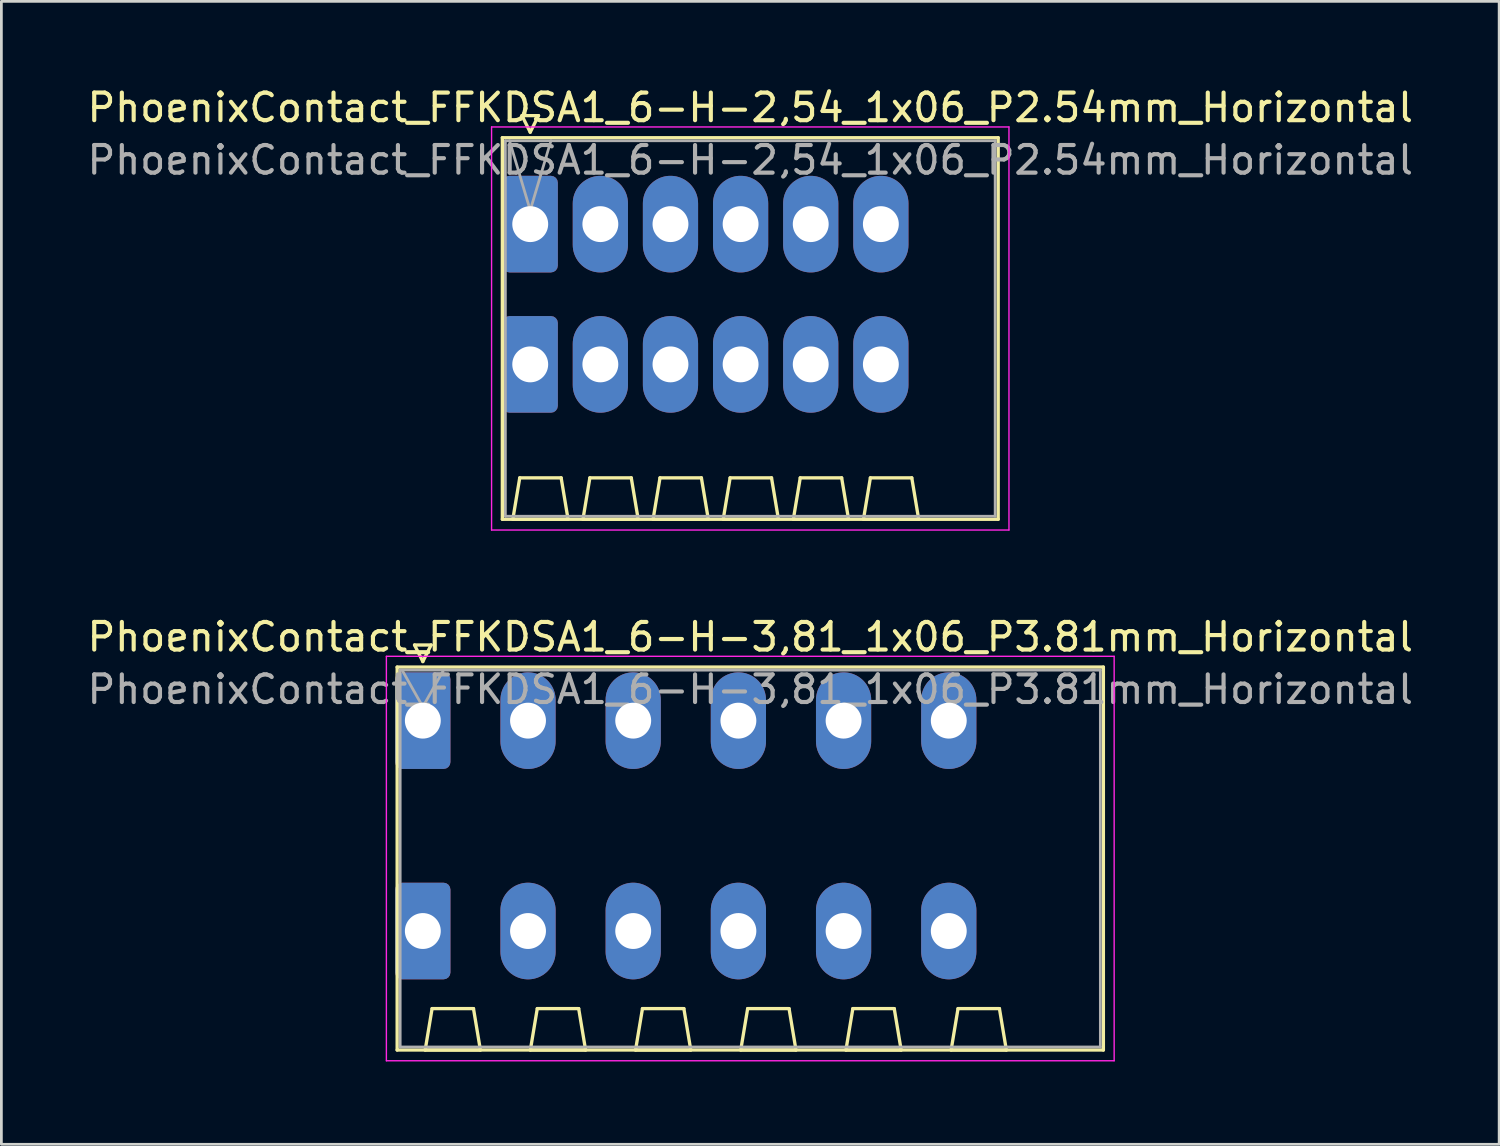
<source format=kicad_pcb>
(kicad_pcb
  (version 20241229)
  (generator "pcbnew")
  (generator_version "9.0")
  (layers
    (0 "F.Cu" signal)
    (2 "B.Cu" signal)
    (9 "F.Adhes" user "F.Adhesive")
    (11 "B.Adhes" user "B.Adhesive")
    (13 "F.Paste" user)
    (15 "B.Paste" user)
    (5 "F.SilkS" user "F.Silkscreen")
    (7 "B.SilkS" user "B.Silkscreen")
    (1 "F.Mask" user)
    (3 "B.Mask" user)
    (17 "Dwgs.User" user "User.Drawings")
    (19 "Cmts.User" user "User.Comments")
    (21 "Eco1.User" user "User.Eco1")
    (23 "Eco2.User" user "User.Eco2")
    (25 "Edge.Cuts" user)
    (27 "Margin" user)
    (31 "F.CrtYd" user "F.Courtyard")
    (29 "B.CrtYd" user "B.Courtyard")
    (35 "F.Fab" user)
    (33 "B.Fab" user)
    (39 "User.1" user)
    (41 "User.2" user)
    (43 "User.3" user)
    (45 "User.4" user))
  (footprint "PhoenixContact_FFKDSA1_6-H-2,54_1x06_P2.54mm_Horizontal"
    (layer "F.Cu")
    (at 16.155 5.068)
    (property "Reference" "PhoenixContact_FFKDSA1_6-H-2,54_1x06_P2.54mm_Horizontal" (at 7.97 -4.22 0) (layer "F.SilkS") (effects (font (size 1 1) (thickness 0.15))))
    (attr through_hole)
    (fp_line (start -1.01 -3.13) (end -1.01 10.69) (stroke (width 0.12) (type solid)) (layer "F.SilkS"))
    (fp_line (start -1.01 10.69) (end 16.95 10.69) (stroke (width 0.12) (type solid)) (layer "F.SilkS"))
    (fp_line (start -0.63 10.69) (end 1.37 10.69) (stroke (width 0.12) (type solid)) (layer "F.SilkS"))
    (fp_line (start -0.38 9.19) (end -0.63 10.69) (stroke (width 0.12) (type solid)) (layer "F.SilkS"))
    (fp_line (start -0.3 -3.93) (end 0.3 -3.93) (stroke (width 0.12) (type solid)) (layer "F.SilkS"))
    (fp_line (start 0 -3.33) (end -0.3 -3.93) (stroke (width 0.12) (type solid)) (layer "F.SilkS"))
    (fp_line (start 0.3 -3.93) (end 0 -3.33) (stroke (width 0.12) (type solid)) (layer "F.SilkS"))
    (fp_line (start 1.12 9.19) (end -0.38 9.19) (stroke (width 0.12) (type solid)) (layer "F.SilkS"))
    (fp_line (start 1.37 10.69) (end 1.12 9.19) (stroke (width 0.12) (type solid)) (layer "F.SilkS"))
    (fp_line (start 1.91 10.69) (end 3.91 10.69) (stroke (width 0.12) (type solid)) (layer "F.SilkS"))
    (fp_line (start 2.16 9.19) (end 1.91 10.69) (stroke (width 0.12) (type solid)) (layer "F.SilkS"))
    (fp_line (start 3.66 9.19) (end 2.16 9.19) (stroke (width 0.12) (type solid)) (layer "F.SilkS"))
    (fp_line (start 3.91 10.69) (end 3.66 9.19) (stroke (width 0.12) (type solid)) (layer "F.SilkS"))
    (fp_line (start 4.45 10.69) (end 6.45 10.69) (stroke (width 0.12) (type solid)) (layer "F.SilkS"))
    (fp_line (start 4.7 9.19) (end 4.45 10.69) (stroke (width 0.12) (type solid)) (layer "F.SilkS"))
    (fp_line (start 6.2 9.19) (end 4.7 9.19) (stroke (width 0.12) (type solid)) (layer "F.SilkS"))
    (fp_line (start 6.45 10.69) (end 6.2 9.19) (stroke (width 0.12) (type solid)) (layer "F.SilkS"))
    (fp_line (start 6.99 10.69) (end 8.99 10.69) (stroke (width 0.12) (type solid)) (layer "F.SilkS"))
    (fp_line (start 7.24 9.19) (end 6.99 10.69) (stroke (width 0.12) (type solid)) (layer "F.SilkS"))
    (fp_line (start 8.74 9.19) (end 7.24 9.19) (stroke (width 0.12) (type solid)) (layer "F.SilkS"))
    (fp_line (start 8.99 10.69) (end 8.74 9.19) (stroke (width 0.12) (type solid)) (layer "F.SilkS"))
    (fp_line (start 9.53 10.69) (end 11.53 10.69) (stroke (width 0.12) (type solid)) (layer "F.SilkS"))
    (fp_line (start 9.78 9.19) (end 9.53 10.69) (stroke (width 0.12) (type solid)) (layer "F.SilkS"))
    (fp_line (start 11.28 9.19) (end 9.78 9.19) (stroke (width 0.12) (type solid)) (layer "F.SilkS"))
    (fp_line (start 11.53 10.69) (end 11.28 9.19) (stroke (width 0.12) (type solid)) (layer "F.SilkS"))
    (fp_line (start 12.07 10.69) (end 14.07 10.69) (stroke (width 0.12) (type solid)) (layer "F.SilkS"))
    (fp_line (start 12.32 9.19) (end 12.07 10.69) (stroke (width 0.12) (type solid)) (layer "F.SilkS"))
    (fp_line (start 13.82 9.19) (end 12.32 9.19) (stroke (width 0.12) (type solid)) (layer "F.SilkS"))
    (fp_line (start 14.07 10.69) (end 13.82 9.19) (stroke (width 0.12) (type solid)) (layer "F.SilkS"))
    (fp_line (start 16.95 -3.13) (end -1.01 -3.13) (stroke (width 0.12) (type solid)) (layer "F.SilkS"))
    (fp_line (start 16.95 10.69) (end 16.95 -3.13) (stroke (width 0.12) (type solid)) (layer "F.SilkS"))
    (fp_line (start -1.4 -3.52) (end -1.4 11.08) (stroke (width 0.05) (type solid)) (layer "F.CrtYd"))
    (fp_line (start -1.4 11.08) (end 17.34 11.08) (stroke (width 0.05) (type solid)) (layer "F.CrtYd"))
    (fp_line (start 17.34 -3.52) (end -1.4 -3.52) (stroke (width 0.05) (type solid)) (layer "F.CrtYd"))
    (fp_line (start 17.34 11.08) (end 17.34 -3.52) (stroke (width 0.05) (type solid)) (layer "F.CrtYd"))
    (fp_line (start -0.9 -3.02) (end -0.9 10.58) (stroke (width 0.1) (type solid)) (layer "F.Fab"))
    (fp_line (start -0.9 10.58) (end 16.84 10.58) (stroke (width 0.1) (type solid)) (layer "F.Fab"))
    (fp_line (start 0 -0.5) (end -0.75 -3.02) (stroke (width 0.1) (type solid)) (layer "F.Fab"))
    (fp_line (start 0.75 -3.02) (end 0 -0.5) (stroke (width 0.1) (type solid)) (layer "F.Fab"))
    (fp_line (start 16.84 -3.02) (end -0.9 -3.02) (stroke (width 0.1) (type solid)) (layer "F.Fab"))
    (fp_line (start 16.84 10.58) (end 16.84 -3.02) (stroke (width 0.1) (type solid)) (layer "F.Fab"))
    (fp_text user "${REFERENCE}" (at 7.97 -2.32 0) (layer "F.Fab") (effects (font (size 1 1) (thickness 0.15))))
    (pad "1" thru_hole roundrect (at 0 0) (size 2 3.5) (drill 1.3) (layers "*.Cu" "*.Mask") (roundrect_rratio 0.125))
    (pad "1" thru_hole roundrect (at 0 5.08) (size 2 3.5) (drill 1.3) (layers "*.Cu" "*.Mask") (roundrect_rratio 0.125))
    (pad "2" thru_hole oval (at 2.54 0) (size 2 3.5) (drill 1.3) (layers "*.Cu" "*.Mask"))
    (pad "2" thru_hole oval (at 2.54 5.08) (size 2 3.5) (drill 1.3) (layers "*.Cu" "*.Mask"))
    (pad "3" thru_hole oval (at 5.08 0) (size 2 3.5) (drill 1.3) (layers "*.Cu" "*.Mask"))
    (pad "3" thru_hole oval (at 5.08 5.08) (size 2 3.5) (drill 1.3) (layers "*.Cu" "*.Mask"))
    (pad "4" thru_hole oval (at 7.62 0) (size 2 3.5) (drill 1.3) (layers "*.Cu" "*.Mask"))
    (pad "4" thru_hole oval (at 7.62 5.08) (size 2 3.5) (drill 1.3) (layers "*.Cu" "*.Mask"))
    (pad "5" thru_hole oval (at 10.16 0) (size 2 3.5) (drill 1.3) (layers "*.Cu" "*.Mask"))
    (pad "5" thru_hole oval (at 10.16 5.08) (size 2 3.5) (drill 1.3) (layers "*.Cu" "*.Mask"))
    (pad "6" thru_hole oval (at 12.7 0) (size 2 3.5) (drill 1.3) (layers "*.Cu" "*.Mask"))
    (pad "6" thru_hole oval (at 12.7 5.08) (size 2 3.5) (drill 1.3) (layers "*.Cu" "*.Mask")))
  (footprint "PhoenixContact_FFKDSA1_6-H-3,81_1x06_P3.81mm_Horizontal"
    (layer "F.Cu")
    (at 12.265 23.052)
    (property "Reference" "PhoenixContact_FFKDSA1_6-H-3,81_1x06_P3.81mm_Horizontal" (at 11.86 -3.03 0) (layer "F.SilkS") (effects (font (size 1 1) (thickness 0.15))))
    (attr through_hole)
    (fp_line (start -0.93 -1.94) (end -0.93 11.93) (stroke (width 0.12) (type solid)) (layer "F.SilkS"))
    (fp_line (start -0.93 11.93) (end 24.65 11.93) (stroke (width 0.12) (type solid)) (layer "F.SilkS"))
    (fp_line (start -0.3 -2.74) (end 0.3 -2.74) (stroke (width 0.12) (type solid)) (layer "F.SilkS"))
    (fp_line (start 0 -2.14) (end -0.3 -2.74) (stroke (width 0.12) (type solid)) (layer "F.SilkS"))
    (fp_line (start 0.085 11.93) (end 2.085 11.93) (stroke (width 0.12) (type solid)) (layer "F.SilkS"))
    (fp_line (start 0.3 -2.74) (end 0 -2.14) (stroke (width 0.12) (type solid)) (layer "F.SilkS"))
    (fp_line (start 0.335 10.43) (end 0.085 11.93) (stroke (width 0.12) (type solid)) (layer "F.SilkS"))
    (fp_line (start 1.835 10.43) (end 0.335 10.43) (stroke (width 0.12) (type solid)) (layer "F.SilkS"))
    (fp_line (start 2.085 11.93) (end 1.835 10.43) (stroke (width 0.12) (type solid)) (layer "F.SilkS"))
    (fp_line (start 3.895 11.93) (end 5.895 11.93) (stroke (width 0.12) (type solid)) (layer "F.SilkS"))
    (fp_line (start 4.145 10.43) (end 3.895 11.93) (stroke (width 0.12) (type solid)) (layer "F.SilkS"))
    (fp_line (start 5.645 10.43) (end 4.145 10.43) (stroke (width 0.12) (type solid)) (layer "F.SilkS"))
    (fp_line (start 5.895 11.93) (end 5.645 10.43) (stroke (width 0.12) (type solid)) (layer "F.SilkS"))
    (fp_line (start 7.705 11.93) (end 9.705 11.93) (stroke (width 0.12) (type solid)) (layer "F.SilkS"))
    (fp_line (start 7.955 10.43) (end 7.705 11.93) (stroke (width 0.12) (type solid)) (layer "F.SilkS"))
    (fp_line (start 9.455 10.43) (end 7.955 10.43) (stroke (width 0.12) (type solid)) (layer "F.SilkS"))
    (fp_line (start 9.705 11.93) (end 9.455 10.43) (stroke (width 0.12) (type solid)) (layer "F.SilkS"))
    (fp_line (start 11.515 11.93) (end 13.515 11.93) (stroke (width 0.12) (type solid)) (layer "F.SilkS"))
    (fp_line (start 11.765 10.43) (end 11.515 11.93) (stroke (width 0.12) (type solid)) (layer "F.SilkS"))
    (fp_line (start 13.265 10.43) (end 11.765 10.43) (stroke (width 0.12) (type solid)) (layer "F.SilkS"))
    (fp_line (start 13.515 11.93) (end 13.265 10.43) (stroke (width 0.12) (type solid)) (layer "F.SilkS"))
    (fp_line (start 15.325 11.93) (end 17.325 11.93) (stroke (width 0.12) (type solid)) (layer "F.SilkS"))
    (fp_line (start 15.575 10.43) (end 15.325 11.93) (stroke (width 0.12) (type solid)) (layer "F.SilkS"))
    (fp_line (start 17.075 10.43) (end 15.575 10.43) (stroke (width 0.12) (type solid)) (layer "F.SilkS"))
    (fp_line (start 17.325 11.93) (end 17.075 10.43) (stroke (width 0.12) (type solid)) (layer "F.SilkS"))
    (fp_line (start 19.135 11.93) (end 21.135 11.93) (stroke (width 0.12) (type solid)) (layer "F.SilkS"))
    (fp_line (start 19.385 10.43) (end 19.135 11.93) (stroke (width 0.12) (type solid)) (layer "F.SilkS"))
    (fp_line (start 20.885 10.43) (end 19.385 10.43) (stroke (width 0.12) (type solid)) (layer "F.SilkS"))
    (fp_line (start 21.135 11.93) (end 20.885 10.43) (stroke (width 0.12) (type solid)) (layer "F.SilkS"))
    (fp_line (start 24.65 -1.94) (end -0.93 -1.94) (stroke (width 0.12) (type solid)) (layer "F.SilkS"))
    (fp_line (start 24.65 11.93) (end 24.65 -1.94) (stroke (width 0.12) (type solid)) (layer "F.SilkS"))
    (fp_line (start -1.32 -2.33) (end -1.32 12.32) (stroke (width 0.05) (type solid)) (layer "F.CrtYd"))
    (fp_line (start -1.32 12.32) (end 25.04 12.32) (stroke (width 0.05) (type solid)) (layer "F.CrtYd"))
    (fp_line (start 25.04 -2.33) (end -1.32 -2.33) (stroke (width 0.05) (type solid)) (layer "F.CrtYd"))
    (fp_line (start 25.04 12.32) (end 25.04 -2.33) (stroke (width 0.05) (type solid)) (layer "F.CrtYd"))
    (fp_line (start -0.82 -1.83) (end -0.82 11.82) (stroke (width 0.1) (type solid)) (layer "F.Fab"))
    (fp_line (start -0.82 11.82) (end 24.54 11.82) (stroke (width 0.1) (type solid)) (layer "F.Fab"))
    (fp_line (start 0 -0.5) (end -0.75 -1.83) (stroke (width 0.1) (type solid)) (layer "F.Fab"))
    (fp_line (start 0.75 -1.83) (end 0 -0.5) (stroke (width 0.1) (type solid)) (layer "F.Fab"))
    (fp_line (start 24.54 -1.83) (end -0.82 -1.83) (stroke (width 0.1) (type solid)) (layer "F.Fab"))
    (fp_line (start 24.54 11.82) (end 24.54 -1.83) (stroke (width 0.1) (type solid)) (layer "F.Fab"))
    (fp_text user "${REFERENCE}" (at 11.86 -1.13 0) (layer "F.Fab") (effects (font (size 1 1) (thickness 0.15))))
    (pad "1" thru_hole roundrect (at 0 0) (size 2 3.5) (drill 1.3) (layers "*.Cu" "*.Mask") (roundrect_rratio 0.125))
    (pad "1" thru_hole roundrect (at 0 7.62) (size 2 3.5) (drill 1.3) (layers "*.Cu" "*.Mask") (roundrect_rratio 0.125))
    (pad "2" thru_hole oval (at 3.81 0) (size 2 3.5) (drill 1.3) (layers "*.Cu" "*.Mask"))
    (pad "2" thru_hole oval (at 3.81 7.62) (size 2 3.5) (drill 1.3) (layers "*.Cu" "*.Mask"))
    (pad "3" thru_hole oval (at 7.62 0) (size 2 3.5) (drill 1.3) (layers "*.Cu" "*.Mask"))
    (pad "3" thru_hole oval (at 7.62 7.62) (size 2 3.5) (drill 1.3) (layers "*.Cu" "*.Mask"))
    (pad "4" thru_hole oval (at 11.43 0) (size 2 3.5) (drill 1.3) (layers "*.Cu" "*.Mask"))
    (pad "4" thru_hole oval (at 11.43 7.62) (size 2 3.5) (drill 1.3) (layers "*.Cu" "*.Mask"))
    (pad "5" thru_hole oval (at 15.24 0) (size 2 3.5) (drill 1.3) (layers "*.Cu" "*.Mask"))
    (pad "5" thru_hole oval (at 15.24 7.62) (size 2 3.5) (drill 1.3) (layers "*.Cu" "*.Mask"))
    (pad "6" thru_hole oval (at 19.05 0) (size 2 3.5) (drill 1.3) (layers "*.Cu" "*.Mask"))
    (pad "6" thru_hole oval (at 19.05 7.62) (size 2 3.5) (drill 1.3) (layers "*.Cu" "*.Mask")))
  (gr_rect
    (start -3 -3)
    (end 51.25 38.397)
    (stroke (width 0.1) (type default))
    (fill no)
    (layer "Edge.Cuts")))
</source>
